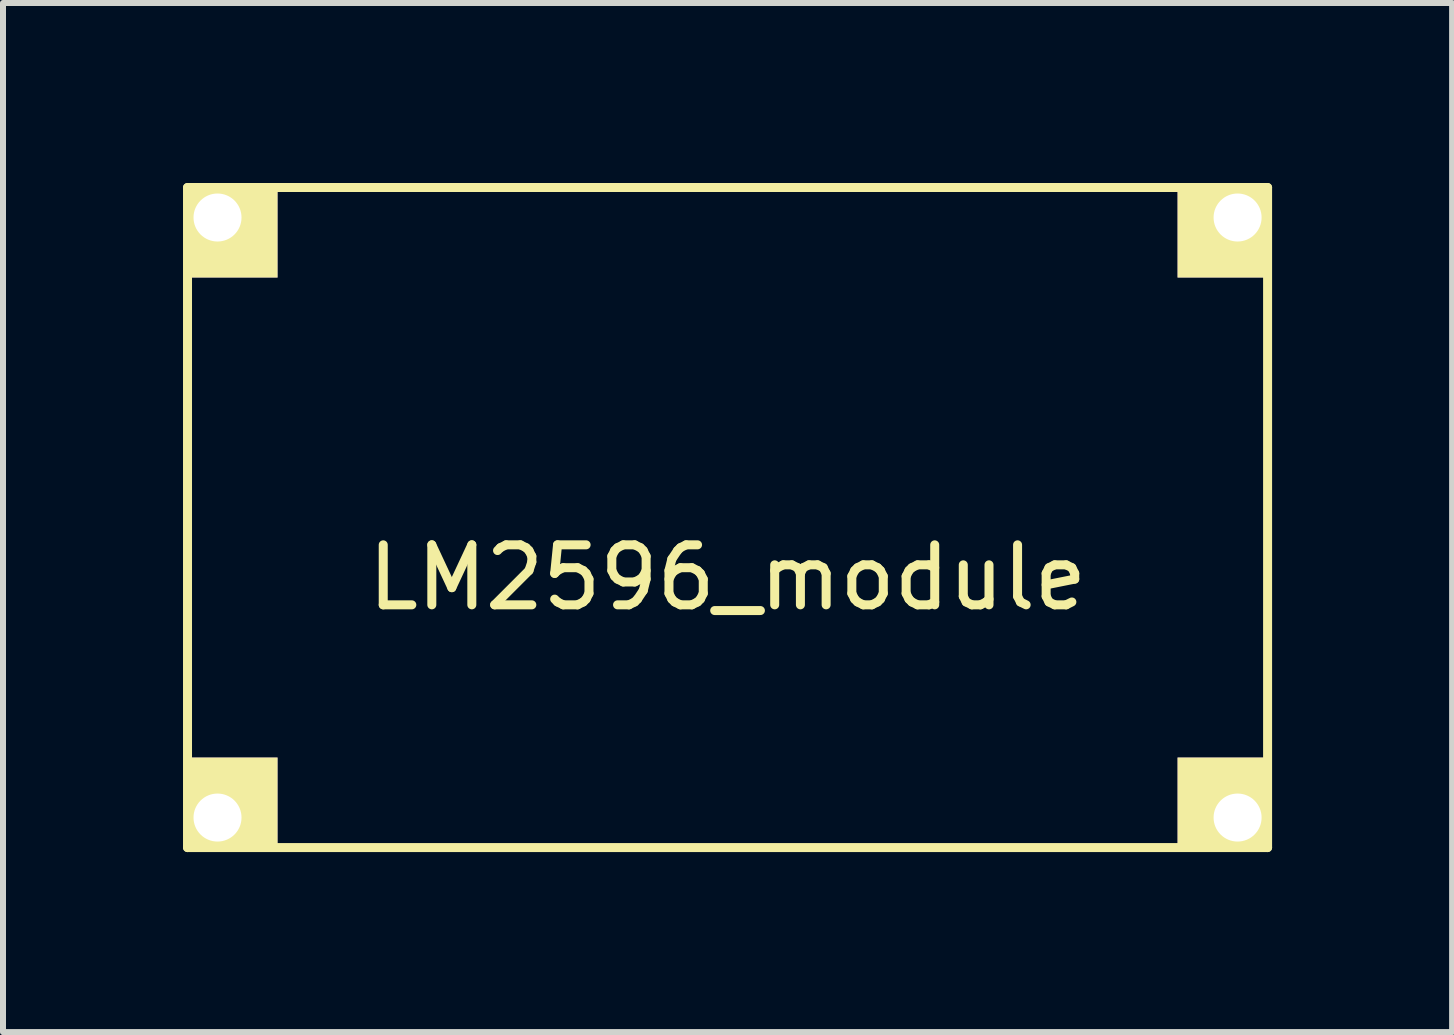
<source format=kicad_pcb>
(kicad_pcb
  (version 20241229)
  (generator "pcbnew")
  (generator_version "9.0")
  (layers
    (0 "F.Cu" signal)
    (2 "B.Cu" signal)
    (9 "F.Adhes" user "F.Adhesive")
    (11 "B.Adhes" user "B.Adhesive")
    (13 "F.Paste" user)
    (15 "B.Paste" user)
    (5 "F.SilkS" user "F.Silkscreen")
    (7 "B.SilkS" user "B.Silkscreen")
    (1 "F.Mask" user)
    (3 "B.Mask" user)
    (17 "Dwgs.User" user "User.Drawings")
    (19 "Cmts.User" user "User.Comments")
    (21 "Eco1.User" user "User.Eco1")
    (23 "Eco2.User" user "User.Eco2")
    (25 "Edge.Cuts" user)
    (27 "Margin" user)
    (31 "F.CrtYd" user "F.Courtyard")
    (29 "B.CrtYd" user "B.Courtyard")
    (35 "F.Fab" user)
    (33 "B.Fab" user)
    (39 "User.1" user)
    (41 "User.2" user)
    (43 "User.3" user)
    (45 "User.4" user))
  (footprint "LM2596_module"
    (layer "F.Cu")
    (at 9.075 5.575)
    (property "Reference" "LM2596_module" (at 0 1 0) (layer "F.SilkS") (effects (font (size 1 1) (thickness 0.15))))
    (attr through_hole)
    (fp_line (start -9 -5.5) (end 9 -5.5) (stroke (width 0.15) (type solid)) (layer "F.SilkS"))
    (fp_line (start -9 5.5) (end -9 -5.5) (stroke (width 0.15) (type solid)) (layer "F.SilkS"))
    (fp_line (start 9 -5.5) (end 9 5.5) (stroke (width 0.15) (type solid)) (layer "F.SilkS"))
    (fp_line (start 9 5.5) (end -9 5.5) (stroke (width 0.15) (type solid)) (layer "F.SilkS"))
    (pad "1" thru_hole rect (at -8.5 -5) (size 1.5 1.5) (drill 0.8 (offset 0.25 0.25)) (layers "*.Cu" "*.Mask" "F.SilkS"))
    (pad "2" thru_hole rect (at -8.5 5) (size 1.5 1.5) (drill 0.8 (offset 0.25 -0.25)) (layers "*.Cu" "*.Mask" "F.SilkS"))
    (pad "3" thru_hole rect (at 8.5 5) (size 1.5 1.5) (drill 0.8 (offset -0.25 -0.25)) (layers "*.Cu" "*.Mask" "F.SilkS"))
    (pad "4" thru_hole rect (at 8.5 -5) (size 1.5 1.5) (drill 0.8 (offset -0.25 0.25)) (layers "*.Cu" "*.Mask" "F.SilkS")))
  (gr_rect
    (start -3 -3)
    (end 21.15 14.15)
    (stroke (width 0.1) (type default))
    (fill no)
    (layer "Edge.Cuts")))
</source>
